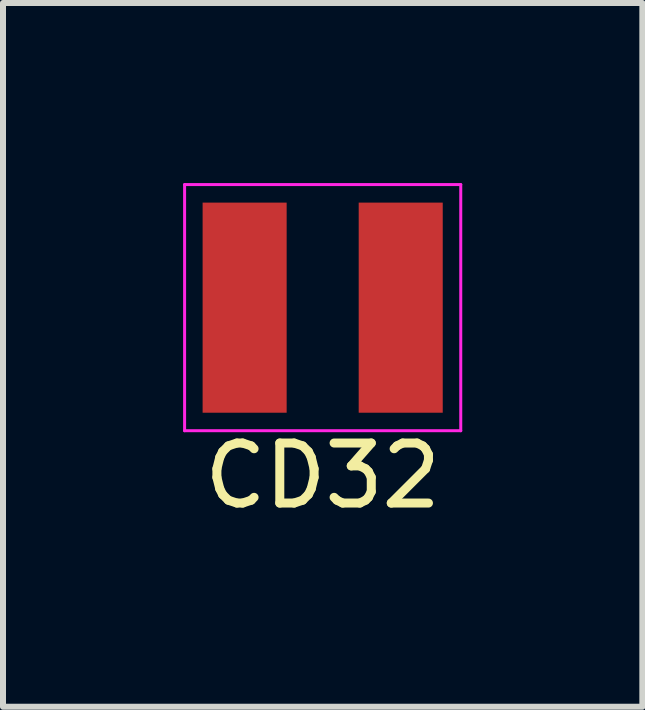
<source format=kicad_pcb>
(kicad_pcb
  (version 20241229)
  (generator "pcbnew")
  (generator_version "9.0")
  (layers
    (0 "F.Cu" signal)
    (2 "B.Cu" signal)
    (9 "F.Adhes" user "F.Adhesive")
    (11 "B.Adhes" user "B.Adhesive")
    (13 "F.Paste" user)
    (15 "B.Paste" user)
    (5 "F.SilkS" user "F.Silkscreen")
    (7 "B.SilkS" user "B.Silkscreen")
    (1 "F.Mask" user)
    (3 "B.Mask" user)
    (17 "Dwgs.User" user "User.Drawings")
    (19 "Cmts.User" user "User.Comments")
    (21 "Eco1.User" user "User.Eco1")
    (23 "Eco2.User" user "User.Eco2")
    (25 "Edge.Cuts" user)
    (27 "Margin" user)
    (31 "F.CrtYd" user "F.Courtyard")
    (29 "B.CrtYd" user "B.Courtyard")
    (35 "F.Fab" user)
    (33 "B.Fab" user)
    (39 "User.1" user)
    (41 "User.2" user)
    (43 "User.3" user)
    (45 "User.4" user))
  (footprint "CD32"
    (layer "F.Cu")
    (at 2.325 2.075)
    (property "Reference" "CD32" (at 0 2.8 0) (layer "F.SilkS") (effects (font (size 1 1) (thickness 0.15))))
    (attr through_hole)
    (fp_line (start -2.3 -2.05) (end 2.3 -2.05) (stroke (width 0.05) (type solid)) (layer "F.CrtYd"))
    (fp_line (start -2.3 2.05) (end -2.3 -2.05) (stroke (width 0.05) (type solid)) (layer "F.CrtYd"))
    (fp_line (start 2.3 -2.05) (end 2.3 2.05) (stroke (width 0.05) (type solid)) (layer "F.CrtYd"))
    (fp_line (start 2.3 2.05) (end -2.3 2.05) (stroke (width 0.05) (type solid)) (layer "F.CrtYd"))
    (pad "1" smd rect (at -1.3 0) (size 1.4 3.5) (layers "F.Cu" "F.Mask" "F.Paste"))
    (pad "2" smd rect (at 1.3 0) (size 1.4 3.5) (layers "F.Cu" "F.Mask" "F.Paste")))
  (gr_rect
    (start -3 -3)
    (end 7.65 8.723)
    (stroke (width 0.1) (type default))
    (fill no)
    (layer "Edge.Cuts")))
</source>
